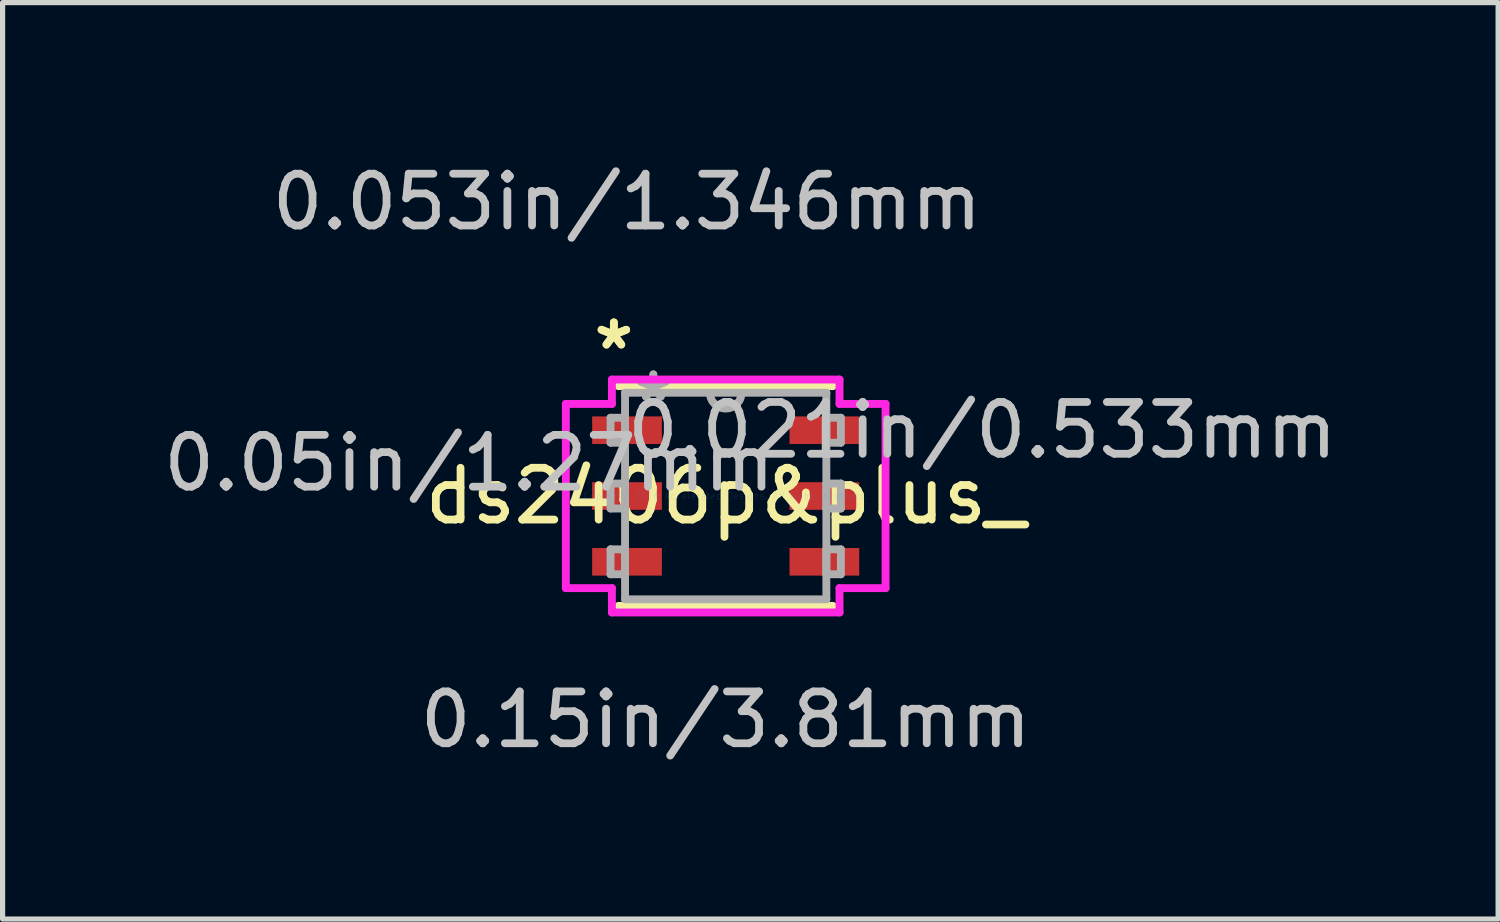
<source format=kicad_pcb>
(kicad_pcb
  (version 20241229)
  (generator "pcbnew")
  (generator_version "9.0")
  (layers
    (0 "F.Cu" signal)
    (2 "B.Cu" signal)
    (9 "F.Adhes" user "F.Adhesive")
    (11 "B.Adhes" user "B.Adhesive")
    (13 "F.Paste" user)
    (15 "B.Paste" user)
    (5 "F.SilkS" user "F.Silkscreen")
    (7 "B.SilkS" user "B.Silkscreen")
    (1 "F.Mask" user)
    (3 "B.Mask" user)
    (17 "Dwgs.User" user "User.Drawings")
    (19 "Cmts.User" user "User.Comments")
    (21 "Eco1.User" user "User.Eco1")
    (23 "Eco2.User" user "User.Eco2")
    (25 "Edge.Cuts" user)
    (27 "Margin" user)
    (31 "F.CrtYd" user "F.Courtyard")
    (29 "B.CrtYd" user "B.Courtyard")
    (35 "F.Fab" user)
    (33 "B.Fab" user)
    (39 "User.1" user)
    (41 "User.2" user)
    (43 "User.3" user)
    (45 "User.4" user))
  (footprint "ds2406p&plus_"
    (layer "F.Cu")
    (at 10.959 6.525)
    (property "Reference" "ds2406p&plus_" (at 0 0 0) (layer "F.SilkS") (effects (font (size 1 1) (thickness 0.15))))
    (attr through_hole)
    (fp_line (start -2.07 2.121) (end 2.07 2.121) (stroke (width 0.152) (type solid)) (layer "F.SilkS"))
    (fp_line (start 2.07 -2.121) (end -2.07 -2.121) (stroke (width 0.152) (type solid)) (layer "F.SilkS"))
    (fp_line (start -3.086 -1.778) (end -2.197 -1.778) (stroke (width 0.152) (type solid)) (layer "F.CrtYd"))
    (fp_line (start -3.086 1.778) (end -3.086 -1.778) (stroke (width 0.152) (type solid)) (layer "F.CrtYd"))
    (fp_line (start -2.197 -2.248) (end 2.197 -2.248) (stroke (width 0.152) (type solid)) (layer "F.CrtYd"))
    (fp_line (start -2.197 -1.778) (end -2.197 -2.248) (stroke (width 0.152) (type solid)) (layer "F.CrtYd"))
    (fp_line (start -2.197 1.778) (end -3.086 1.778) (stroke (width 0.152) (type solid)) (layer "F.CrtYd"))
    (fp_line (start -2.197 2.248) (end -2.197 1.778) (stroke (width 0.152) (type solid)) (layer "F.CrtYd"))
    (fp_line (start 2.197 -2.248) (end 2.197 -1.778) (stroke (width 0.152) (type solid)) (layer "F.CrtYd"))
    (fp_line (start 2.197 -1.778) (end 3.086 -1.778) (stroke (width 0.152) (type solid)) (layer "F.CrtYd"))
    (fp_line (start 2.197 1.778) (end 2.197 2.248) (stroke (width 0.152) (type solid)) (layer "F.CrtYd"))
    (fp_line (start 2.197 2.248) (end -2.197 2.248) (stroke (width 0.152) (type solid)) (layer "F.CrtYd"))
    (fp_line (start 3.086 -1.778) (end 3.086 1.778) (stroke (width 0.152) (type solid)) (layer "F.CrtYd"))
    (fp_line (start 3.086 1.778) (end 2.197 1.778) (stroke (width 0.152) (type solid)) (layer "F.CrtYd"))
    (fp_line (start -2.223 -1.511) (end -2.223 -1.029) (stroke (width 0.152) (type solid)) (layer "F.Fab"))
    (fp_line (start -2.223 -1.029) (end -1.943 -1.029) (stroke (width 0.152) (type solid)) (layer "F.Fab"))
    (fp_line (start -2.223 -0.241) (end -2.223 0.241) (stroke (width 0.152) (type solid)) (layer "F.Fab"))
    (fp_line (start -2.223 0.241) (end -1.943 0.241) (stroke (width 0.152) (type solid)) (layer "F.Fab"))
    (fp_line (start -2.223 1.029) (end -2.223 1.511) (stroke (width 0.152) (type solid)) (layer "F.Fab"))
    (fp_line (start -2.223 1.511) (end -1.943 1.511) (stroke (width 0.152) (type solid)) (layer "F.Fab"))
    (fp_line (start -1.943 -1.994) (end -1.943 1.994) (stroke (width 0.152) (type solid)) (layer "F.Fab"))
    (fp_line (start -1.943 -1.511) (end -2.223 -1.511) (stroke (width 0.152) (type solid)) (layer "F.Fab"))
    (fp_line (start -1.943 -1.029) (end -1.943 -1.511) (stroke (width 0.152) (type solid)) (layer "F.Fab"))
    (fp_line (start -1.943 -0.241) (end -2.223 -0.241) (stroke (width 0.152) (type solid)) (layer "F.Fab"))
    (fp_line (start -1.943 0.241) (end -1.943 -0.241) (stroke (width 0.152) (type solid)) (layer "F.Fab"))
    (fp_line (start -1.943 1.029) (end -2.223 1.029) (stroke (width 0.152) (type solid)) (layer "F.Fab"))
    (fp_line (start -1.943 1.511) (end -1.943 1.029) (stroke (width 0.152) (type solid)) (layer "F.Fab"))
    (fp_line (start -1.943 1.994) (end 1.943 1.994) (stroke (width 0.152) (type solid)) (layer "F.Fab"))
    (fp_line (start 1.943 -1.994) (end -1.943 -1.994) (stroke (width 0.152) (type solid)) (layer "F.Fab"))
    (fp_line (start 1.943 -1.511) (end 1.943 -1.029) (stroke (width 0.152) (type solid)) (layer "F.Fab"))
    (fp_line (start 1.943 -1.029) (end 2.223 -1.029) (stroke (width 0.152) (type solid)) (layer "F.Fab"))
    (fp_line (start 1.943 -0.241) (end 1.943 0.241) (stroke (width 0.152) (type solid)) (layer "F.Fab"))
    (fp_line (start 1.943 0.241) (end 2.223 0.241) (stroke (width 0.152) (type solid)) (layer "F.Fab"))
    (fp_line (start 1.943 1.029) (end 1.943 1.511) (stroke (width 0.152) (type solid)) (layer "F.Fab"))
    (fp_line (start 1.943 1.511) (end 2.223 1.511) (stroke (width 0.152) (type solid)) (layer "F.Fab"))
    (fp_line (start 1.943 1.994) (end 1.943 -1.994) (stroke (width 0.152) (type solid)) (layer "F.Fab"))
    (fp_line (start 2.223 -1.511) (end 1.943 -1.511) (stroke (width 0.152) (type solid)) (layer "F.Fab"))
    (fp_line (start 2.223 -1.029) (end 2.223 -1.511) (stroke (width 0.152) (type solid)) (layer "F.Fab"))
    (fp_line (start 2.223 -0.241) (end 1.943 -0.241) (stroke (width 0.152) (type solid)) (layer "F.Fab"))
    (fp_line (start 2.223 0.241) (end 2.223 -0.241) (stroke (width 0.152) (type solid)) (layer "F.Fab"))
    (fp_line (start 2.223 1.029) (end 1.943 1.029) (stroke (width 0.152) (type solid)) (layer "F.Fab"))
    (fp_line (start 2.223 1.511) (end 2.223 1.029) (stroke (width 0.152) (type solid)) (layer "F.Fab"))
    (fp_arc (start 0.3048 -1.9939) (mid 0 -1.6891) (end -0.3048 -1.9939) (stroke (width 0.1524) (type solid)) (layer "F.Fab"))
    (fp_text user "*" (at -2.159 -2.807 0) (layer "F.SilkS") (effects (font (size 1 1) (thickness 0.15))))
    (fp_text user "*" (at -2.159 -2.807 0) (layer "F.SilkS") (effects (font (size 1 1) (thickness 0.15))))
    (fp_text user "0.021in/0.533mm" (at 4.953 -1.27 0) (layer "Dwgs.User") (effects (font (size 1 1) (thickness 0.15))))
    (fp_text user "0.05in/1.27mm" (at -4.953 -0.635 0) (layer "Dwgs.User") (effects (font (size 1 1) (thickness 0.15))))
    (fp_text user "0.15in/3.81mm" (at 0 4.318 0) (layer "Dwgs.User") (effects (font (size 1 1) (thickness 0.15))))
    (fp_text user "0.053in/1.346mm" (at -1.905 -5.677 0) (layer "Dwgs.User") (effects (font (size 1 1) (thickness 0.15))))
    (fp_text user "Copyright 2016 Accelerated Designs. All rights reserved." (at 0 0 0) (layer "Cmts.User") (effects (font (size 0.127 0.127) (thickness 0.002))))
    (fp_text user "*" (at -1.397 -1.803 0) (layer "F.Fab") (effects (font (size 1 1) (thickness 0.15))))
    (fp_text user "*" (at -1.397 -1.803 0) (layer "F.Fab") (effects (font (size 1 1) (thickness 0.15))))
    (pad "1" smd rect (at -1.905 -1.27) (size 1.346 0.533) (layers "F.Cu" "F.Mask" "F.Paste"))
    (pad "2" smd rect (at -1.905 0) (size 1.346 0.533) (layers "F.Cu" "F.Mask" "F.Paste"))
    (pad "3" smd rect (at -1.905 1.27) (size 1.346 0.533) (layers "F.Cu" "F.Mask" "F.Paste"))
    (pad "4" smd rect (at 1.905 1.27) (size 1.346 0.533) (layers "F.Cu" "F.Mask" "F.Paste"))
    (pad "5" smd rect (at 1.905 0) (size 1.346 0.533) (layers "F.Cu" "F.Mask" "F.Paste"))
    (pad "6" smd rect (at 1.905 -1.27) (size 1.346 0.533) (layers "F.Cu" "F.Mask" "F.Paste")))
  (gr_rect
    (start -3 -3)
    (end 25.87 14.691)
    (stroke (width 0.1) (type default))
    (fill no)
    (layer "Edge.Cuts")))
</source>
